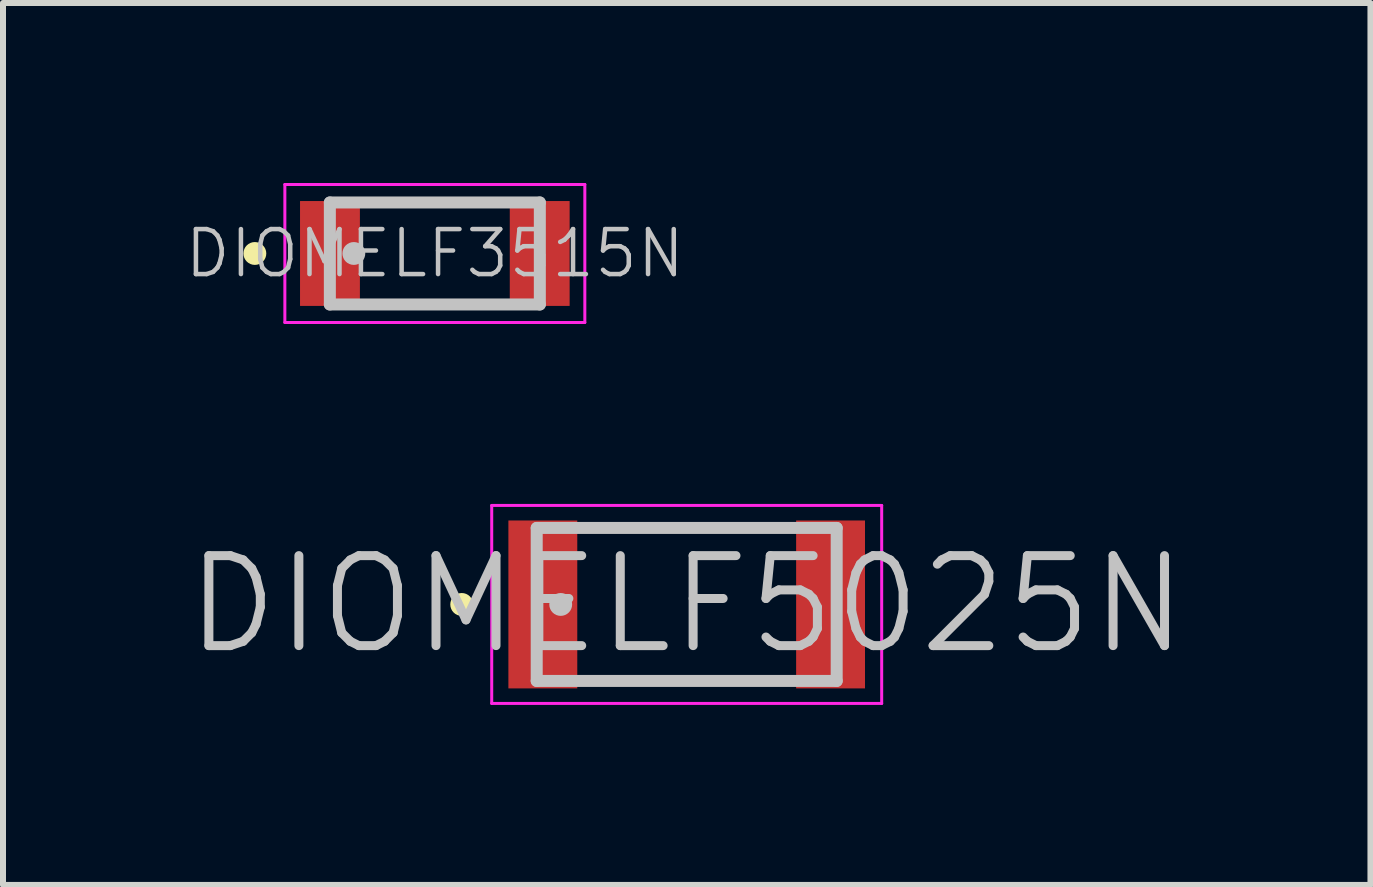
<source format=kicad_pcb>
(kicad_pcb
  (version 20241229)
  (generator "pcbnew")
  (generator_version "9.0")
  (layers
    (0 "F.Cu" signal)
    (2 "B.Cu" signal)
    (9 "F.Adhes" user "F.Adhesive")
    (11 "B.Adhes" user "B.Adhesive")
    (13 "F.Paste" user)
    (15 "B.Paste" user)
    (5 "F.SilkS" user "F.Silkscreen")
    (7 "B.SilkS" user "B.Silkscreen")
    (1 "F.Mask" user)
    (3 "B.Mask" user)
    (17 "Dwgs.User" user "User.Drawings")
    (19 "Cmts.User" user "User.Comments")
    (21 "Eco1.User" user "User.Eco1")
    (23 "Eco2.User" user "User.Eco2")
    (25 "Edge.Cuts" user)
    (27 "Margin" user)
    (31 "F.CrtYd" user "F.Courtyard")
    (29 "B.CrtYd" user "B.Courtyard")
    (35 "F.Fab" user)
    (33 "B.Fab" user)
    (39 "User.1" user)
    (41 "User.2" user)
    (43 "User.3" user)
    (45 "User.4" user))
  (footprint "DIOMELF3515N"
    (layer "F.Cu")
    (at 4.198 1.175)
    (property "Reference" "DIOMELF3515N" (at 0 0 0) (layer "Dwgs.User") (effects (font (size 0.75 0.75) (thickness 0.075))))
    (attr smd)
    (fp_line (start -3 0) (end -3 0) (stroke (width 0.381) (type solid)) (layer "F.SilkS"))
    (fp_line (start -1.75 -0.85) (end -1.75 0.85) (stroke (width 0.2) (type solid)) (layer "Dwgs.User"))
    (fp_line (start -1.75 -0.85) (end 1.75 -0.85) (stroke (width 0.2) (type solid)) (layer "Dwgs.User"))
    (fp_line (start -1.75 0.85) (end 1.75 0.85) (stroke (width 0.2) (type solid)) (layer "Dwgs.User"))
    (fp_line (start -1.35 0) (end -1.35 0) (stroke (width 0.381) (type solid)) (layer "Dwgs.User"))
    (fp_line (start 1.75 -0.85) (end 1.75 0.85) (stroke (width 0.2) (type solid)) (layer "Dwgs.User"))
    (fp_line (start -2.5 -1.15) (end -2.5 1.15) (stroke (width 0.05) (type solid)) (layer "F.CrtYd"))
    (fp_line (start -2.5 -1.15) (end 2.5 -1.15) (stroke (width 0.05) (type solid)) (layer "F.CrtYd"))
    (fp_line (start -2.5 1.15) (end 2.5 1.15) (stroke (width 0.05) (type solid)) (layer "F.CrtYd"))
    (fp_line (start 2.5 -1.15) (end 2.5 1.15) (stroke (width 0.05) (type solid)) (layer "F.CrtYd"))
    (pad "1" smd rect (at -1.748 0 90) (size 1.748 0.998) (layers "F.Cu" "F.Mask" "F.Paste"))
    (pad "2" smd rect (at 1.748 0 270) (size 1.748 0.998) (layers "F.Cu" "F.Mask" "F.Paste")))
  (footprint "DIOMELF5025N"
    (layer "F.Cu")
    (at 8.396 7.025)
    (property "Reference" "DIOMELF5025N" (at 0 0 0) (layer "Dwgs.User") (effects (font (size 1.5 1.5) (thickness 0.15))))
    (attr smd)
    (fp_line (start -3.75 0) (end -3.75 0) (stroke (width 0.381) (type solid)) (layer "F.SilkS"))
    (fp_line (start -2.5 -1.275) (end -2.5 1.275) (stroke (width 0.2) (type solid)) (layer "Dwgs.User"))
    (fp_line (start -2.5 -1.275) (end 2.5 -1.275) (stroke (width 0.2) (type solid)) (layer "Dwgs.User"))
    (fp_line (start -2.5 1.275) (end 2.5 1.275) (stroke (width 0.2) (type solid)) (layer "Dwgs.User"))
    (fp_line (start -2.1 0) (end -2.1 0) (stroke (width 0.381) (type solid)) (layer "Dwgs.User"))
    (fp_line (start 2.5 -1.275) (end 2.5 1.275) (stroke (width 0.2) (type solid)) (layer "Dwgs.User"))
    (fp_line (start -3.25 -1.65) (end -3.25 1.65) (stroke (width 0.05) (type solid)) (layer "F.CrtYd"))
    (fp_line (start -3.25 -1.65) (end 3.25 -1.65) (stroke (width 0.05) (type solid)) (layer "F.CrtYd"))
    (fp_line (start -3.25 1.65) (end 3.25 1.65) (stroke (width 0.05) (type solid)) (layer "F.CrtYd"))
    (fp_line (start 3.25 -1.65) (end 3.25 1.65) (stroke (width 0.05) (type solid)) (layer "F.CrtYd"))
    (pad "1" smd rect (at -2.398 0 90) (size 2.799 1.148) (layers "F.Cu" "F.Mask" "F.Paste"))
    (pad "2" smd rect (at 2.398 0 270) (size 2.799 1.148) (layers "F.Cu" "F.Mask" "F.Paste")))
  (gr_rect
    (start -3 -3)
    (end 19.793 11.7)
    (stroke (width 0.1) (type default))
    (fill no)
    (layer "Edge.Cuts")))
</source>
